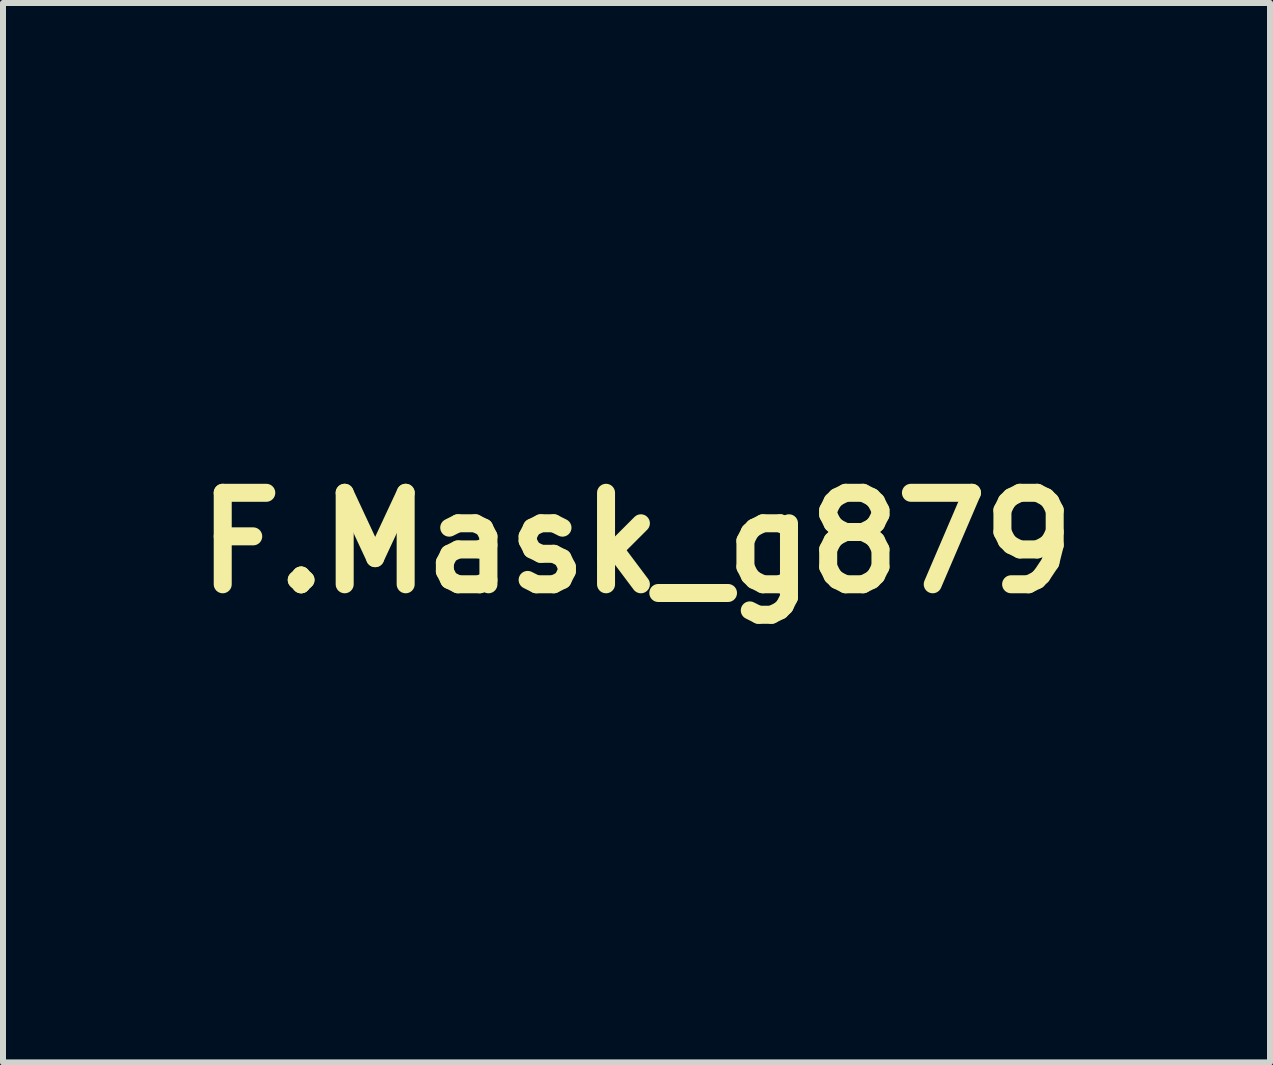
<source format=kicad_pcb>
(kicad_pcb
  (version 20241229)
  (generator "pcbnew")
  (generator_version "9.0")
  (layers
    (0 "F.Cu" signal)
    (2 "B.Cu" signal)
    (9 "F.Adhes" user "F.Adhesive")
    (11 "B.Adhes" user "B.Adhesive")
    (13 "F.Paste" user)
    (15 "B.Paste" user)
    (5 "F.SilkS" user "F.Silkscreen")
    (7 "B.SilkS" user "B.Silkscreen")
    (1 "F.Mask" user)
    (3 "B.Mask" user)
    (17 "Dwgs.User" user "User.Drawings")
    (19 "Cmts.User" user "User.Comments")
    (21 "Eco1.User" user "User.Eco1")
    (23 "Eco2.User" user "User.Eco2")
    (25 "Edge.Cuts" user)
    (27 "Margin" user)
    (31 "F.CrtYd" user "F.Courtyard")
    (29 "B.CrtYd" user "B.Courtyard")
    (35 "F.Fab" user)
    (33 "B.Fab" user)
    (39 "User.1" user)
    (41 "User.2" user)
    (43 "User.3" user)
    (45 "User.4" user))
  (footprint "F.Mask_g879"
    (layer "F.Cu")
    (at 7.555 5.995)
    (property "Reference" "F.Mask_g879" (at 0 0 0) (layer "F.SilkS") (effects (font (size 1.524 1.524) (thickness 0.3))))
    (attr through_hole)
    (fp_poly (pts (xy -0.164 -5.989) (xy -0.036 -5.987) (xy 0.071 -5.984) (xy 0.152 -5.98) (xy 0.2 -5.976) (xy 0.212 -5.972) (xy 0.231 -5.961) (xy 0.282 -5.95) (xy 0.353 -5.94) (xy 0.355 -5.94) (xy 0.569 -5.909) (xy 0.809 -5.858) (xy 1.063 -5.788) (xy 1.322 -5.705) (xy 1.577 -5.61) (xy 1.816 -5.507) (xy 2.031 -5.399) (xy 2.1 -5.361) (xy 2.424 -5.162) (xy 2.714 -4.962) (xy 2.978 -4.754) (xy 3.224 -4.532) (xy 3.461 -4.288) (xy 3.676 -4.042) (xy 3.749 -3.95) (xy 3.829 -3.843) (xy 3.912 -3.727) (xy 3.996 -3.606) (xy 4.075 -3.488) (xy 4.146 -3.377) (xy 4.205 -3.28) (xy 4.248 -3.202) (xy 4.272 -3.149) (xy 4.276 -3.133) (xy 4.291 -3.109) (xy 4.293 -3.108) (xy 4.306 -3.087) (xy 4.334 -3.035) (xy 4.371 -2.958) (xy 4.417 -2.863) (xy 4.466 -2.756) (xy 4.516 -2.646) (xy 4.564 -2.539) (xy 4.606 -2.441) (xy 4.632 -2.38) (xy 4.724 -2.124) (xy 4.808 -1.835) (xy 4.881 -1.521) (xy 4.942 -1.19) (xy 4.989 -0.851) (xy 5.02 -0.511) (xy 5.021 -0.5) (xy 5.03 -0.357) (xy 5.035 -0.236) (xy 5.036 -0.125) (xy 5.033 -0.011) (xy 5.025 0.118) (xy 5.013 0.274) (xy 5.009 0.315) (xy 4.997 0.453) (xy 4.984 0.583) (xy 4.972 0.696) (xy 4.962 0.785) (xy 4.953 0.841) (xy 4.952 0.847) (xy 4.938 0.912) (xy 4.919 1.002) (xy 4.899 1.101) (xy 4.892 1.132) (xy 4.867 1.247) (xy 4.84 1.368) (xy 4.811 1.487) (xy 4.784 1.594) (xy 4.761 1.681) (xy 4.743 1.738) (xy 4.74 1.746) (xy 4.726 1.786) (xy 4.703 1.852) (xy 4.675 1.934) (xy 4.667 1.958) (xy 4.629 2.062) (xy 4.581 2.181) (xy 4.533 2.289) (xy 4.527 2.301) (xy 4.491 2.38) (xy 4.463 2.443) (xy 4.447 2.482) (xy 4.445 2.489) (xy 4.435 2.519) (xy 4.407 2.578) (xy 4.365 2.66) (xy 4.314 2.756) (xy 4.256 2.86) (xy 4.196 2.964) (xy 4.138 3.062) (xy 4.114 3.101) (xy 4.013 3.26) (xy 3.922 3.394) (xy 3.834 3.516) (xy 3.74 3.635) (xy 3.631 3.764) (xy 3.527 3.882) (xy 3.43 3.989) (xy 3.352 4.075) (xy 3.283 4.147) (xy 3.213 4.214) (xy 3.134 4.288) (xy 3.037 4.374) (xy 2.774 4.594) (xy 2.505 4.788) (xy 2.218 4.964) (xy 1.901 5.13) (xy 1.893 5.134) (xy 1.781 5.188) (xy 1.681 5.237) (xy 1.599 5.277) (xy 1.542 5.305) (xy 1.518 5.316) (xy 1.451 5.344) (xy 1.348 5.379) (xy 1.215 5.419) (xy 1.092 5.454) (xy 0.935 5.496) (xy 0.803 5.528) (xy 0.682 5.555) (xy 0.557 5.578) (xy 0.413 5.601) (xy 0.364 5.609) (xy 0.166 5.632) (xy -0.059 5.645) (xy -0.297 5.65) (xy -0.536 5.646) (xy -0.762 5.633) (xy -0.961 5.611) (xy -0.974 5.609) (xy -1.081 5.592) (xy -1.177 5.575) (xy -1.271 5.557) (xy -1.371 5.534) (xy -1.484 5.506) (xy -1.62 5.471) (xy -1.785 5.427) (xy -1.849 5.409) (xy -1.939 5.381) (xy -2.053 5.339) (xy -2.175 5.29) (xy -2.292 5.239) (xy -2.388 5.192) (xy -2.412 5.18) (xy -2.474 5.146) (xy -2.552 5.107) (xy -2.592 5.087) (xy -2.693 5.036) (xy -2.772 4.994) (xy -2.842 4.953) (xy -2.92 4.903) (xy -2.995 4.853) (xy -3.179 4.727) (xy -3.335 4.616) (xy -3.472 4.512) (xy -3.597 4.408) (xy -3.719 4.298) (xy -3.846 4.176) (xy -3.895 4.128) (xy -3.986 4.034) (xy -4.082 3.93) (xy -4.177 3.824) (xy -4.264 3.724) (xy -4.335 3.637) (xy -4.383 3.573) (xy -4.385 3.57) (xy -4.43 3.504) (xy -4.487 3.424) (xy -4.529 3.365) (xy -4.589 3.28) (xy -4.656 3.174) (xy -4.73 3.054) (xy -4.805 2.924) (xy -4.88 2.792) (xy -4.95 2.664) (xy -5.012 2.545) (xy -5.063 2.441) (xy -5.101 2.358) (xy -5.12 2.303) (xy -5.122 2.289) (xy -5.132 2.246) (xy -5.14 2.232) (xy -5.159 2.2) (xy -5.182 2.147) (xy -5.186 2.138) (xy -5.213 2.067) (xy -5.24 2.001) (xy -5.24 2) (xy -5.278 1.903) (xy -5.32 1.776) (xy -5.364 1.631) (xy -5.408 1.478) (xy -5.447 1.328) (xy -5.478 1.193) (xy -5.5 1.084) (xy -5.503 1.06) (xy -5.515 0.977) (xy -5.531 0.869) (xy -5.549 0.754) (xy -5.558 0.699) (xy -5.571 0.585) (xy -5.583 0.439) (xy -5.593 0.268) (xy -5.6 0.082) (xy -5.604 -0.109) (xy -5.606 -0.297) (xy -5.605 -0.328) (xy -4.928 -0.328) (xy -4.926 0.069) (xy -4.897 0.46) (xy -4.84 0.831) (xy -4.837 0.842) (xy -4.795 1.048) (xy -4.756 1.22) (xy -4.72 1.367) (xy -4.683 1.497) (xy -4.643 1.618) (xy -4.598 1.737) (xy -4.55 1.855) (xy -4.394 2.2) (xy -4.231 2.51) (xy -4.056 2.795) (xy -3.864 3.063) (xy -3.648 3.322) (xy -3.404 3.581) (xy -3.397 3.588) (xy -3.303 3.678) (xy -3.194 3.777) (xy -3.078 3.876) (xy -2.963 3.972) (xy -2.856 4.056) (xy -2.764 4.124) (xy -2.694 4.168) (xy -2.692 4.17) (xy -2.647 4.195) (xy -2.578 4.235) (xy -2.501 4.281) (xy -2.487 4.29) (xy -2.41 4.333) (xy -2.317 4.384) (xy -2.213 4.437) (xy -2.108 4.489) (xy -2.008 4.537) (xy -1.922 4.576) (xy -1.857 4.603) (xy -1.821 4.614) (xy -1.819 4.614) (xy -1.788 4.621) (xy -1.726 4.637) (xy -1.646 4.661) (xy -1.599 4.676) (xy -1.424 4.729) (xy -1.248 4.776) (xy -1.079 4.815) (xy -0.926 4.845) (xy -0.798 4.862) (xy -0.738 4.866) (xy -0.684 4.863) (xy -0.657 4.843) (xy -0.649 4.821) (xy -0.646 4.791) (xy -0.644 4.723) (xy -0.643 4.62) (xy -0.641 4.485) (xy -0.64 4.322) (xy -0.638 4.134) (xy -0.638 3.924) (xy -0.637 3.696) (xy -0.636 3.453) (xy -0.636 3.198) (xy -0.636 2.935) (xy -0.636 2.813) (xy 0.085 2.813) (xy 0.085 3.153) (xy 0.085 3.453) (xy 0.085 3.715) (xy 0.086 3.943) (xy 0.086 4.138) (xy 0.088 4.303) (xy 0.089 4.441) (xy 0.092 4.555) (xy 0.095 4.646) (xy 0.098 4.716) (xy 0.103 4.77) (xy 0.108 4.809) (xy 0.114 4.835) (xy 0.122 4.852) (xy 0.13 4.861) (xy 0.14 4.865) (xy 0.151 4.867) (xy 0.151 4.867) (xy 0.177 4.864) (xy 0.234 4.855) (xy 0.311 4.841) (xy 0.342 4.836) (xy 0.55 4.793) (xy 0.754 4.744) (xy 0.939 4.693) (xy 1.027 4.665) (xy 1.102 4.64) (xy 1.164 4.622) (xy 1.198 4.615) (xy 1.2 4.614) (xy 1.236 4.605) (xy 1.302 4.578) (xy 1.39 4.537) (xy 1.494 4.487) (xy 1.605 4.43) (xy 1.717 4.371) (xy 1.819 4.314) (xy 1.982 4.217) (xy 2.139 4.116) (xy 2.282 4.019) (xy 2.402 3.93) (xy 2.468 3.875) (xy 2.533 3.819) (xy 2.611 3.753) (xy 2.664 3.708) (xy 2.719 3.657) (xy 2.759 3.611) (xy 2.773 3.581) (xy 2.759 3.552) (xy 2.72 3.502) (xy 2.664 3.44) (xy 2.63 3.407) (xy 2.564 3.341) (xy 2.479 3.254) (xy 2.383 3.155) (xy 2.286 3.053) (xy 2.244 3.009) (xy 2.151 2.91) (xy 2.056 2.81) (xy 1.97 2.719) (xy 1.899 2.645) (xy 1.873 2.618) (xy 1.81 2.552) (xy 1.729 2.466) (xy 1.639 2.368) (xy 1.55 2.271) (xy 1.534 2.254) (xy 1.438 2.15) (xy 1.331 2.035) (xy 1.225 1.925) (xy 1.135 1.833) (xy 1.132 1.831) (xy 1.048 1.745) (xy 0.946 1.639) (xy 0.837 1.525) (xy 0.732 1.415) (xy 0.699 1.378) (xy 0.604 1.277) (xy 0.507 1.175) (xy 0.415 1.079) (xy 0.34 1.001) (xy 0.312 0.973) (xy 0.25 0.909) (xy 0.202 0.854) (xy 0.174 0.817) (xy 0.169 0.807) (xy 0.152 0.788) (xy 0.127 0.783) (xy 0.12 0.784) (xy 0.114 0.787) (xy 0.108 0.796) (xy 0.104 0.812) (xy 0.1 0.839) (xy 0.096 0.878) (xy 0.093 0.933) (xy 0.091 1.006) (xy 0.089 1.098) (xy 0.088 1.214) (xy 0.087 1.355) (xy 0.086 1.523) (xy 0.085 1.722) (xy 0.085 1.954) (xy 0.085 2.22) (xy 0.085 2.525) (xy 0.085 2.813) (xy -0.636 2.813) (xy -0.636 2.668) (xy -0.636 2.399) (xy -0.637 2.133) (xy -0.637 1.871) (xy -0.638 1.619) (xy -0.639 1.379) (xy -0.64 1.154) (xy -0.642 0.948) (xy -0.643 0.765) (xy -0.645 0.607) (xy -0.647 0.478) (xy -0.649 0.382) (xy -0.651 0.321) (xy -0.653 0.3) (xy -0.664 0.294) (xy -0.69 0.29) (xy -0.709 0.288) (xy 0.674 0.288) (xy 0.68 0.307) (xy 0.711 0.35) (xy 0.762 0.41) (xy 0.829 0.483) (xy 0.84 0.494) (xy 0.906 0.562) (xy 0.994 0.655) (xy 1.1 0.765) (xy 1.216 0.887) (xy 1.338 1.014) (xy 1.45 1.132) (xy 1.604 1.293) (xy 1.734 1.43) (xy 1.846 1.548) (xy 1.945 1.652) (xy 2.036 1.749) (xy 2.126 1.845) (xy 2.204 1.928) (xy 2.266 1.994) (xy 2.347 2.079) (xy 2.442 2.179) (xy 2.546 2.288) (xy 2.656 2.402) (xy 2.766 2.516) (xy 2.872 2.626) (xy 2.969 2.726) (xy 3.053 2.812) (xy 3.119 2.88) (xy 3.163 2.924) (xy 3.175 2.936) (xy 3.224 2.977) (xy 3.262 3.002) (xy 3.274 3.006) (xy 3.295 2.989) (xy 3.333 2.944) (xy 3.384 2.876) (xy 3.442 2.793) (xy 3.448 2.784) (xy 3.561 2.604) (xy 3.675 2.401) (xy 3.785 2.187) (xy 3.884 1.973) (xy 3.969 1.769) (xy 4.032 1.587) (xy 4.095 1.376) (xy 4.146 1.194) (xy 4.187 1.031) (xy 4.22 0.877) (xy 4.248 0.721) (xy 4.272 0.554) (xy 4.278 0.512) (xy 4.289 0.403) (xy 4.291 0.332) (xy 4.283 0.296) (xy 4.281 0.293) (xy 4.257 0.29) (xy 4.195 0.287) (xy 4.098 0.285) (xy 3.97 0.282) (xy 3.815 0.28) (xy 3.636 0.278) (xy 3.438 0.277) (xy 3.224 0.275) (xy 2.997 0.274) (xy 2.763 0.273) (xy 2.524 0.273) (xy 2.284 0.272) (xy 2.047 0.272) (xy 1.817 0.273) (xy 1.598 0.273) (xy 1.393 0.274) (xy 1.207 0.276) (xy 1.042 0.277) (xy 0.903 0.279) (xy 0.793 0.281) (xy 0.717 0.284) (xy 0.678 0.287) (xy 0.674 0.288) (xy -0.709 0.288) (xy -0.733 0.285) (xy -0.798 0.282) (xy -0.886 0.279) (xy -1 0.277) (xy -1.142 0.275) (xy -1.316 0.274) (xy -1.525 0.273) (xy -1.77 0.272) (xy -2.05 0.272) (xy -2.325 0.272) (xy -2.561 0.272) (xy -2.761 0.272) (xy -2.927 0.271) (xy -3.064 0.27) (xy -3.173 0.269) (xy -3.257 0.267) (xy -3.321 0.264) (xy -3.367 0.26) (xy -3.397 0.256) (xy -3.416 0.251) (xy -3.425 0.245) (xy -3.429 0.237) (xy -3.429 0.229) (xy -3.414 0.188) (xy -3.378 0.139) (xy -3.366 0.127) (xy -3.319 0.076) (xy -3.264 0.007) (xy -3.23 -0.042) (xy -3.174 -0.121) (xy -3.107 -0.208) (xy -3.063 -0.261) (xy -3.007 -0.326) (xy -2.956 -0.386) (xy -2.925 -0.423) (xy -2.882 -0.476) (xy -1.777 -0.48) (xy -1.524 -0.481) (xy -1.31 -0.482) (xy -1.133 -0.484) (xy -0.989 -0.486) (xy -0.875 -0.489) (xy -0.788 -0.492) (xy -0.726 -0.496) (xy -0.684 -0.501) (xy -0.661 -0.507) (xy -0.654 -0.512) (xy -0.651 -0.537) (xy -0.649 -0.601) (xy -0.646 -0.701) (xy -0.644 -0.833) (xy -0.643 -0.994) (xy -0.641 -1.18) (xy -0.64 -1.389) (xy -0.639 -1.617) (xy -0.638 -1.86) (xy -0.637 -2.116) (xy -0.637 -2.38) (xy -0.636 -2.65) (xy -0.636 -2.825) (xy 0.085 -2.825) (xy 0.085 -2.455) (xy 0.085 -2.126) (xy 0.085 -1.834) (xy 0.086 -1.578) (xy 0.087 -1.356) (xy 0.088 -1.166) (xy 0.09 -1.004) (xy 0.091 -0.87) (xy 0.094 -0.76) (xy 0.096 -0.673) (xy 0.099 -0.607) (xy 0.102 -0.559) (xy 0.106 -0.527) (xy 0.11 -0.509) (xy 0.113 -0.503) (xy 0.155 -0.486) (xy 0.234 -0.477) (xy 0.299 -0.477) (xy 0.343 -0.477) (xy 0.426 -0.477) (xy 0.545 -0.478) (xy 0.696 -0.478) (xy 0.877 -0.479) (xy 1.083 -0.48) (xy 1.311 -0.48) (xy 1.559 -0.481) (xy 1.823 -0.481) (xy 2.099 -0.482) (xy 2.373 -0.483) (xy 2.702 -0.483) (xy 2.991 -0.484) (xy 3.243 -0.485) (xy 3.46 -0.486) (xy 3.645 -0.487) (xy 3.801 -0.488) (xy 3.929 -0.49) (xy 4.034 -0.492) (xy 4.116 -0.494) (xy 4.18 -0.497) (xy 4.227 -0.501) (xy 4.26 -0.504) (xy 4.281 -0.509) (xy 4.294 -0.514) (xy 4.3 -0.52) (xy 4.302 -0.525) (xy 4.304 -0.569) (xy 4.299 -0.646) (xy 4.288 -0.749) (xy 4.271 -0.87) (xy 4.251 -1.002) (xy 4.228 -1.136) (xy 4.203 -1.266) (xy 4.178 -1.383) (xy 4.167 -1.429) (xy 4.134 -1.552) (xy 4.095 -1.69) (xy 4.053 -1.831) (xy 4.011 -1.964) (xy 3.972 -2.081) (xy 3.939 -2.17) (xy 3.93 -2.191) (xy 3.898 -2.263) (xy 3.852 -2.358) (xy 3.796 -2.47) (xy 3.736 -2.59) (xy 3.674 -2.71) (xy 3.615 -2.821) (xy 3.564 -2.917) (xy 3.524 -2.988) (xy 3.504 -3.02) (xy 3.346 -3.247) (xy 3.203 -3.437) (xy 3.076 -3.591) (xy 3.053 -3.617) (xy 2.989 -3.688) (xy 2.935 -3.749) (xy 2.898 -3.794) (xy 2.886 -3.808) (xy 2.859 -3.837) (xy 2.805 -3.888) (xy 2.732 -3.954) (xy 2.645 -4.029) (xy 2.552 -4.11) (xy 2.458 -4.188) (xy 2.37 -4.26) (xy 2.296 -4.32) (xy 2.244 -4.359) (xy 2.16 -4.416) (xy 2.059 -4.481) (xy 1.949 -4.55) (xy 1.837 -4.617) (xy 1.732 -4.678) (xy 1.642 -4.727) (xy 1.575 -4.761) (xy 1.551 -4.771) (xy 1.485 -4.797) (xy 1.401 -4.832) (xy 1.313 -4.87) (xy 1.235 -4.905) (xy 1.182 -4.932) (xy 1.18 -4.933) (xy 1.132 -4.95) (xy 1.109 -4.953) (xy 1.067 -4.961) (xy 1.012 -4.981) (xy 1.009 -4.983) (xy 0.914 -5.019) (xy 0.801 -5.054) (xy 0.676 -5.086) (xy 0.547 -5.114) (xy 0.422 -5.136) (xy 0.308 -5.151) (xy 0.214 -5.157) (xy 0.146 -5.154) (xy 0.116 -5.143) (xy 0.111 -5.135) (xy 0.107 -5.118) (xy 0.103 -5.09) (xy 0.099 -5.049) (xy 0.096 -4.992) (xy 0.094 -4.917) (xy 0.092 -4.821) (xy 0.09 -4.703) (xy 0.088 -4.561) (xy 0.087 -4.391) (xy 0.086 -4.191) (xy 0.086 -3.96) (xy 0.085 -3.695) (xy 0.085 -3.393) (xy 0.085 -3.053) (xy 0.085 -2.825) (xy -0.636 -2.825) (xy -0.636 -2.922) (xy -0.637 -3.193) (xy -0.637 -3.459) (xy -0.638 -3.718) (xy -0.639 -3.965) (xy -0.64 -4.198) (xy -0.641 -4.413) (xy -0.643 -4.606) (xy -0.644 -4.775) (xy -0.646 -4.916) (xy -0.649 -5.026) (xy -0.651 -5.101) (xy -0.654 -5.138) (xy -0.654 -5.141) (xy -0.672 -5.155) (xy -0.707 -5.162) (xy -0.769 -5.162) (xy -0.864 -5.157) (xy -0.87 -5.156) (xy -1.095 -5.127) (xy -1.343 -5.071) (xy -1.607 -4.992) (xy -1.878 -4.892) (xy -2.11 -4.792) (xy -2.182 -4.76) (xy -2.245 -4.732) (xy -2.273 -4.721) (xy -2.323 -4.697) (xy -2.399 -4.654) (xy -2.495 -4.596) (xy -2.601 -4.528) (xy -2.712 -4.457) (xy -2.818 -4.385) (xy -2.912 -4.319) (xy -2.953 -4.289) (xy -3.045 -4.217) (xy -3.151 -4.129) (xy -3.254 -4.041) (xy -3.298 -4.002) (xy -3.387 -3.916) (xy -3.489 -3.809) (xy -3.599 -3.688) (xy -3.708 -3.563) (xy -3.81 -3.441) (xy -3.897 -3.331) (xy -3.962 -3.24) (xy -3.97 -3.228) (xy -4.013 -3.165) (xy -4.052 -3.114) (xy -4.072 -3.092) (xy -4.1 -3.061) (xy -4.106 -3.045) (xy -4.117 -3.02) (xy -4.145 -2.968) (xy -4.186 -2.898) (xy -4.211 -2.857) (xy -4.263 -2.772) (xy -4.309 -2.69) (xy -4.344 -2.626) (xy -4.352 -2.608) (xy -4.378 -2.55) (xy -4.416 -2.47) (xy -4.456 -2.384) (xy -4.461 -2.373) (xy -4.615 -1.997) (xy -4.741 -1.593) (xy -4.837 -1.163) (xy -4.901 -0.72) (xy -4.928 -0.328) (xy -5.605 -0.328) (xy -5.604 -0.472) (xy -5.599 -0.626) (xy -5.591 -0.749) (xy -5.589 -0.768) (xy -5.52 -1.262) (xy -5.423 -1.728) (xy -5.295 -2.171) (xy -5.136 -2.596) (xy -4.943 -3.006) (xy -4.715 -3.407) (xy -4.573 -3.627) (xy -4.422 -3.838) (xy -4.249 -4.054) (xy -4.063 -4.268) (xy -3.87 -4.47) (xy -3.679 -4.653) (xy -3.497 -4.81) (xy -3.442 -4.852) (xy -3.361 -4.914) (xy -3.287 -4.974) (xy -3.229 -5.022) (xy -3.209 -5.041) (xy -3.146 -5.091) (xy -3.076 -5.133) (xy -3.071 -5.135) (xy -3.012 -5.167) (xy -2.936 -5.211) (xy -2.879 -5.246) (xy -2.806 -5.293) (xy -2.746 -5.33) (xy -2.685 -5.365) (xy -2.613 -5.403) (xy -2.518 -5.452) (xy -2.487 -5.468) (xy -2.419 -5.502) (xy -2.354 -5.533) (xy -2.286 -5.562) (xy -2.206 -5.594) (xy -2.107 -5.632) (xy -1.983 -5.677) (xy -1.841 -5.728) (xy -1.624 -5.798) (xy -1.399 -5.859) (xy -1.181 -5.906) (xy -0.984 -5.936) (xy -0.968 -5.938) (xy -0.897 -5.948) (xy -0.846 -5.96) (xy -0.826 -5.971) (xy -0.826 -5.971) (xy -0.805 -5.977) (xy -0.748 -5.981) (xy -0.661 -5.985) (xy -0.547 -5.988) (xy -0.415 -5.99) (xy -0.307 -5.99) (xy -0.164 -5.989)) (stroke (width 0.01) (type solid)) (fill yes) (layer "F.Mask")))
  (gr_rect
    (start -3 -3)
    (end 18.109 14.65)
    (stroke (width 0.1) (type default))
    (fill no)
    (layer "Edge.Cuts")))
</source>
